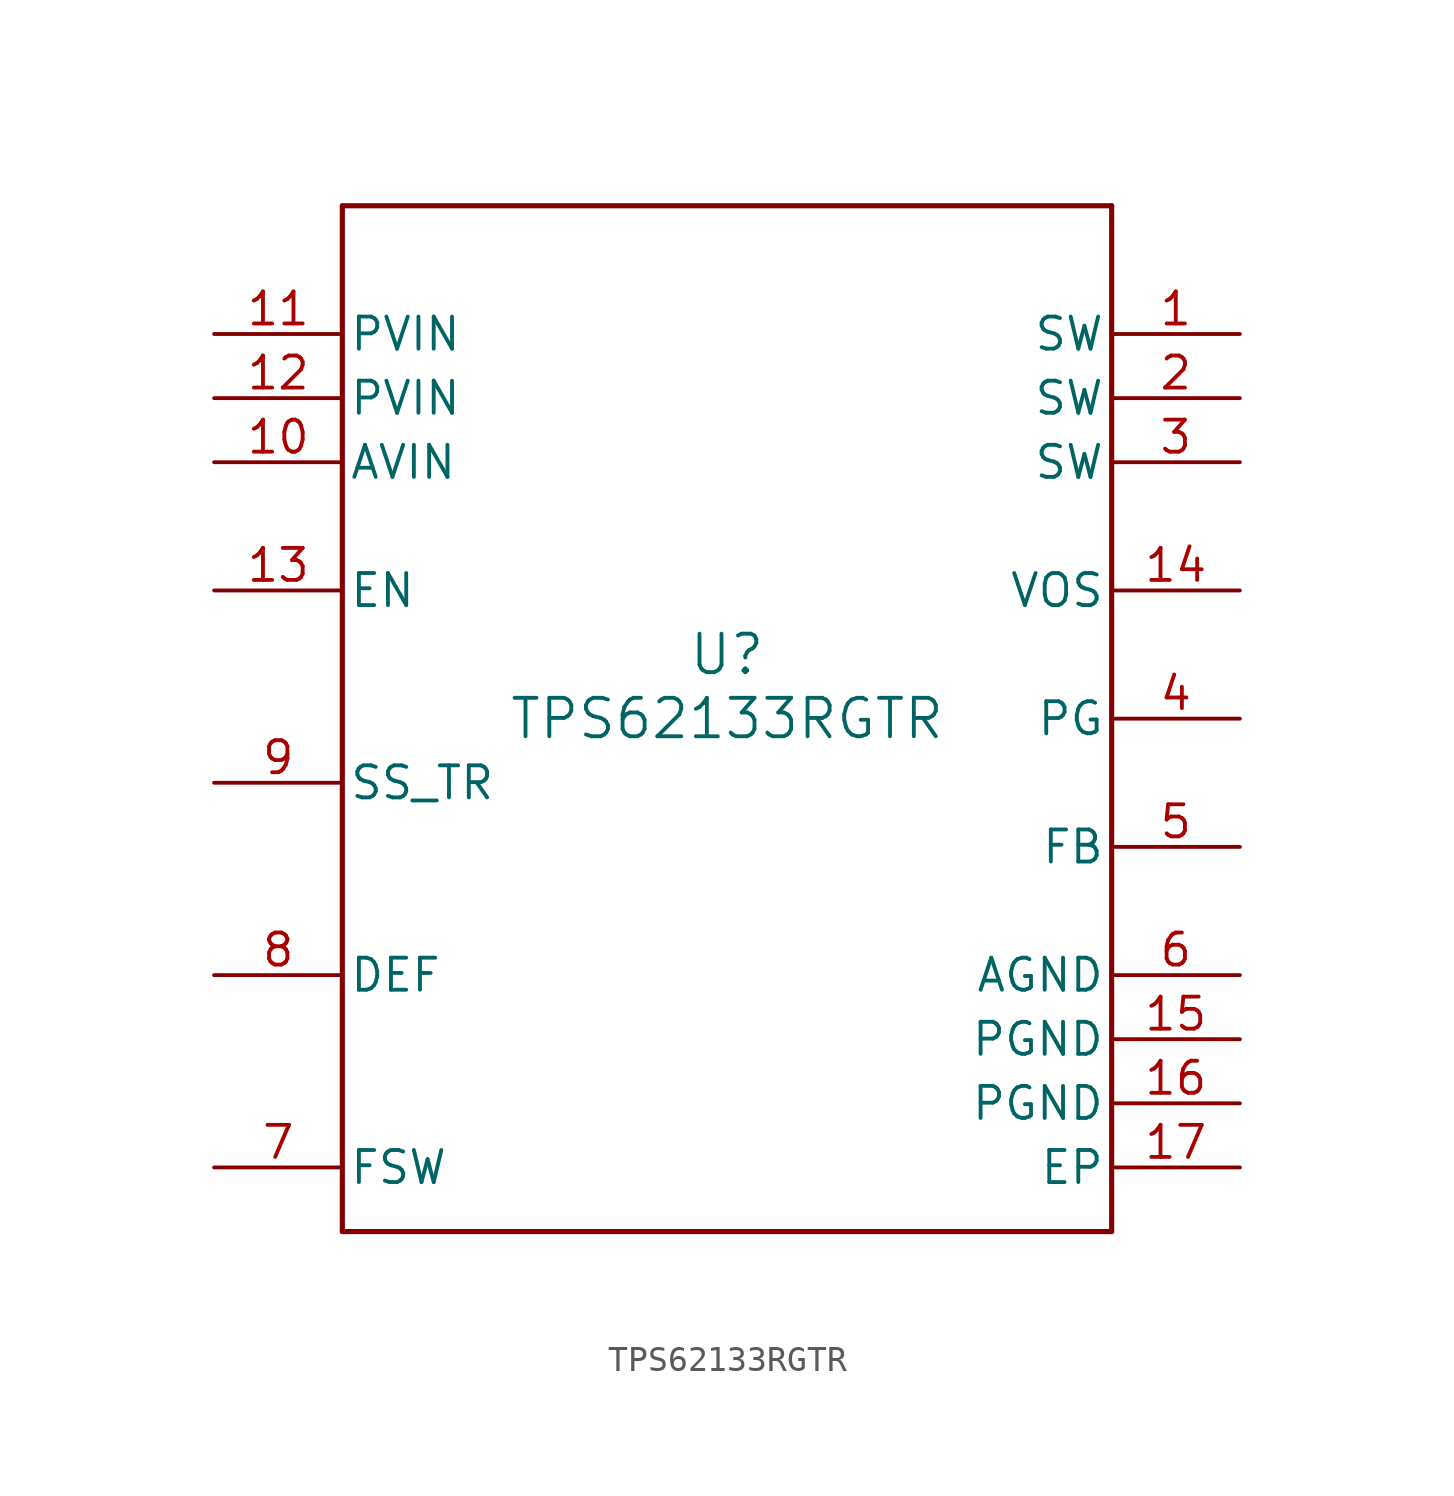
<source format=kicad_sym>
(kicad_symbol_lib
  (version 20211014)
  (generator kicad_symbol_editor)
  (symbol "TPS62133RGTR"
    (pin_names
      (offset 0.254))
    (property "Reference" "U"
      (at 0 2.54 0)
      (effects (font (size 1.524 1.524))))
    (property "Value" "TPS62133RGTR"
      (at 0 0 0)
      (effects (font (size 1.524 1.524))))
    (symbol "TPS62133RGTR_0_1"
      (polyline (pts (xy -15.24 -20.32) (xy 15.24 -20.32)) (stroke (width 0.203) (type default) (color 0 0 0 0)) (fill (type none)))
      (polyline (pts (xy 15.24 -20.32) (xy 15.24 20.32)) (stroke (width 0.203) (type default) (color 0 0 0 0)) (fill (type none)))
      (polyline (pts (xy 15.24 20.32) (xy -15.24 20.32)) (stroke (width 0.203) (type default) (color 0 0 0 0)) (fill (type none)))
      (polyline (pts (xy -15.24 20.32) (xy -15.24 -20.32)) (stroke (width 0.203) (type default) (color 0 0 0 0)) (fill (type none)))
      (pin power_in line (at 20.32 15.24 180) (length 5.08) (name "SW" (effects (font (size 1.27 1.27)))) (number "1" (effects (font (size 1.27 1.27)))))
      (pin power_in line (at 20.32 12.7 180) (length 5.08) (name "SW" (effects (font (size 1.27 1.27)))) (number "2" (effects (font (size 1.27 1.27)))))
      (pin power_in line (at 20.32 10.16 180) (length 5.08) (name "SW" (effects (font (size 1.27 1.27)))) (number "3" (effects (font (size 1.27 1.27)))))
      (pin open_collector line (at 20.32 0 180) (length 5.08) (name "PG" (effects (font (size 1.27 1.27)))) (number "4" (effects (font (size 1.27 1.27)))))
      (pin input line (at 20.32 -5.08 180) (length 5.08) (name "FB" (effects (font (size 1.27 1.27)))) (number "5" (effects (font (size 1.27 1.27)))))
      (pin power_in line (at 20.32 -10.16 180) (length 5.08) (name "AGND" (effects (font (size 1.27 1.27)))) (number "6" (effects (font (size 1.27 1.27)))))
      (pin input line (at -20.32 -17.78 0) (length 5.08) (name "FSW" (effects (font (size 1.27 1.27)))) (number "7" (effects (font (size 1.27 1.27)))))
      (pin input line (at -20.32 -10.16 0) (length 5.08) (name "DEF" (effects (font (size 1.27 1.27)))) (number "8" (effects (font (size 1.27 1.27)))))
      (pin input line (at -20.32 -2.54 0) (length 5.08) (name "SS_TR" (effects (font (size 1.27 1.27)))) (number "9" (effects (font (size 1.27 1.27)))))
      (pin power_in line (at -20.32 10.16 0) (length 5.08) (name "AVIN" (effects (font (size 1.27 1.27)))) (number "10" (effects (font (size 1.27 1.27)))))
      (pin power_in line (at -20.32 15.24 0) (length 5.08) (name "PVIN" (effects (font (size 1.27 1.27)))) (number "11" (effects (font (size 1.27 1.27)))))
      (pin power_in line (at -20.32 12.7 0) (length 5.08) (name "PVIN" (effects (font (size 1.27 1.27)))) (number "12" (effects (font (size 1.27 1.27)))))
      (pin input line (at -20.32 5.08 0) (length 5.08) (name "EN" (effects (font (size 1.27 1.27)))) (number "13" (effects (font (size 1.27 1.27)))))
      (pin input line (at 20.32 5.08 180) (length 5.08) (name "VOS" (effects (font (size 1.27 1.27)))) (number "14" (effects (font (size 1.27 1.27)))))
      (pin power_in line (at 20.32 -12.7 180) (length 5.08) (name "PGND" (effects (font (size 1.27 1.27)))) (number "15" (effects (font (size 1.27 1.27)))))
      (pin power_in line (at 20.32 -15.24 180) (length 5.08) (name "PGND" (effects (font (size 1.27 1.27)))) (number "16" (effects (font (size 1.27 1.27)))))
      (pin power_in line (at 20.32 -17.78 180) (length 5.08) (name "EP" (effects (font (size 1.27 1.27)))) (number "17" (effects (font (size 1.27 1.27))))))))
</source>
